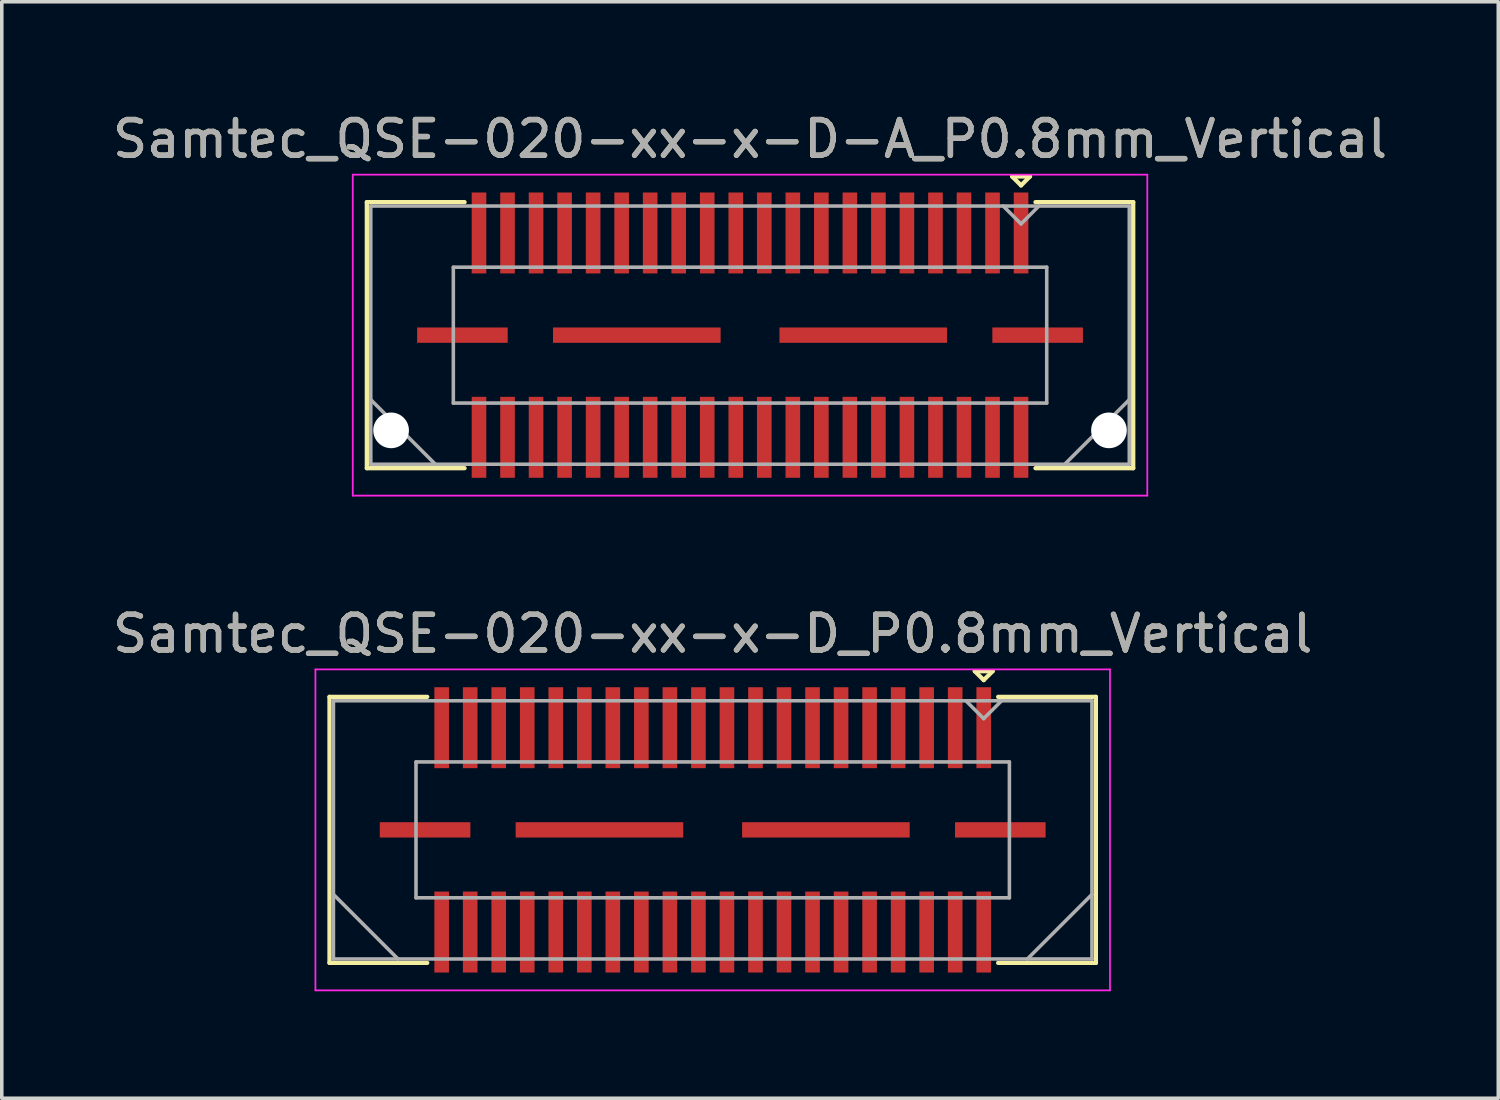
<source format=kicad_pcb>
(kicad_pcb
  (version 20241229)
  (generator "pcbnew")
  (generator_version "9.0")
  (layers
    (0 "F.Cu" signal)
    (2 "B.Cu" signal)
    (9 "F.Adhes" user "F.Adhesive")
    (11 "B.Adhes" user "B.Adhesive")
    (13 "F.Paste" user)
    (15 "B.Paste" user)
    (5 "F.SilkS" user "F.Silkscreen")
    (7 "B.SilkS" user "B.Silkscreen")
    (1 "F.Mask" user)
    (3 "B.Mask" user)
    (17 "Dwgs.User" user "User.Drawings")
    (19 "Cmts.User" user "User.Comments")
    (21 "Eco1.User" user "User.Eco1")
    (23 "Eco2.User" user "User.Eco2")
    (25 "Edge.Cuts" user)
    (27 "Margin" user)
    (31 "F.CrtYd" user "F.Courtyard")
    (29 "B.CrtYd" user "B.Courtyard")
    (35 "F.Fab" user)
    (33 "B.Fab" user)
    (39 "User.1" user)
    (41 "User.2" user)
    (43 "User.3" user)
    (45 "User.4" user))
  (footprint "Samtec_QSE-020-xx-x-D-A_P0.8mm_Vertical"
    (layer "F.Cu")
    (at 17.982 6.348)
    (property "Reference" "Samtec_QSE-020-xx-x-D-A_P0.8mm_Vertical" (at 0 -5.5 0) (layer "F.SilkS") (effects (font (size 1 1) (thickness 0.15))))
    (attr smd)
    (fp_line (start -10.745 -3.73) (end -8.005 -3.73) (stroke (width 0.12) (type solid)) (layer "F.SilkS"))
    (fp_line (start -10.745 3.73) (end -10.745 -3.73) (stroke (width 0.12) (type solid)) (layer "F.SilkS"))
    (fp_line (start -8.005 3.73) (end -10.745 3.73) (stroke (width 0.12) (type solid)) (layer "F.SilkS"))
    (fp_line (start 7.35 -4.45) (end 7.85 -4.45) (stroke (width 0.12) (type solid)) (layer "F.SilkS"))
    (fp_line (start 7.6 -4.2) (end 7.35 -4.45) (stroke (width 0.12) (type solid)) (layer "F.SilkS"))
    (fp_line (start 7.85 -4.45) (end 7.6 -4.2) (stroke (width 0.12) (type solid)) (layer "F.SilkS"))
    (fp_line (start 8.005 3.73) (end 10.745 3.73) (stroke (width 0.12) (type solid)) (layer "F.SilkS"))
    (fp_line (start 10.745 -3.73) (end 8.005 -3.73) (stroke (width 0.12) (type solid)) (layer "F.SilkS"))
    (fp_line (start 10.745 3.73) (end 10.745 -3.73) (stroke (width 0.12) (type solid)) (layer "F.SilkS"))
    (fp_line (start -11.14 -4.5) (end -11.14 4.5) (stroke (width 0.05) (type solid)) (layer "F.CrtYd"))
    (fp_line (start -11.14 4.5) (end 11.14 4.5) (stroke (width 0.05) (type solid)) (layer "F.CrtYd"))
    (fp_line (start 11.14 -4.5) (end -11.14 -4.5) (stroke (width 0.05) (type solid)) (layer "F.CrtYd"))
    (fp_line (start 11.14 4.5) (end 11.14 -4.5) (stroke (width 0.05) (type solid)) (layer "F.CrtYd"))
    (fp_line (start -10.635 -3.62) (end -10.635 3.62) (stroke (width 0.1) (type solid)) (layer "F.Fab"))
    (fp_line (start -10.635 1.81) (end -8.825 3.62) (stroke (width 0.1) (type solid)) (layer "F.Fab"))
    (fp_line (start -10.635 3.62) (end 10.635 3.62) (stroke (width 0.1) (type solid)) (layer "F.Fab"))
    (fp_line (start -8.32 -1.905) (end -8.32 1.905) (stroke (width 0.1) (type solid)) (layer "F.Fab"))
    (fp_line (start -8.32 1.905) (end 8.32 1.905) (stroke (width 0.1) (type solid)) (layer "F.Fab"))
    (fp_line (start 7.6 -3.12) (end 7.1 -3.62) (stroke (width 0.1) (type solid)) (layer "F.Fab"))
    (fp_line (start 8.1 -3.62) (end 7.6 -3.12) (stroke (width 0.1) (type solid)) (layer "F.Fab"))
    (fp_line (start 8.32 -1.905) (end -8.32 -1.905) (stroke (width 0.1) (type solid)) (layer "F.Fab"))
    (fp_line (start 8.32 1.905) (end 8.32 -1.905) (stroke (width 0.1) (type solid)) (layer "F.Fab"))
    (fp_line (start 10.635 -3.62) (end -10.635 -3.62) (stroke (width 0.1) (type solid)) (layer "F.Fab"))
    (fp_line (start 10.635 1.81) (end 8.825 3.62) (stroke (width 0.1) (type solid)) (layer "F.Fab"))
    (fp_line (start 10.635 3.62) (end 10.635 -3.62) (stroke (width 0.1) (type solid)) (layer "F.Fab"))
    (fp_text user "${REFERENCE}" (at 0 -5.5 0) (layer "F.Fab") (effects (font (size 1 1) (thickness 0.15))))
    (pad "" np_thru_hole circle (at -10.065 2.67) (size 1 1) (drill 1) (layers "*.Cu" "*.Mask"))
    (pad "" np_thru_hole circle (at 10.065 2.67) (size 1 1) (drill 1) (layers "*.Cu" "*.Mask"))
    (pad "1" smd rect (at 7.6 -2.865) (size 0.41 2.27) (layers "F.Cu" "F.Mask" "F.Paste"))
    (pad "2" smd rect (at 7.6 2.865) (size 0.41 2.27) (layers "F.Cu" "F.Mask" "F.Paste"))
    (pad "3" smd rect (at 6.8 -2.865) (size 0.41 2.27) (layers "F.Cu" "F.Mask" "F.Paste"))
    (pad "4" smd rect (at 6.8 2.865) (size 0.41 2.27) (layers "F.Cu" "F.Mask" "F.Paste"))
    (pad "5" smd rect (at 6 -2.865) (size 0.41 2.27) (layers "F.Cu" "F.Mask" "F.Paste"))
    (pad "6" smd rect (at 6 2.865) (size 0.41 2.27) (layers "F.Cu" "F.Mask" "F.Paste"))
    (pad "7" smd rect (at 5.2 -2.865) (size 0.41 2.27) (layers "F.Cu" "F.Mask" "F.Paste"))
    (pad "8" smd rect (at 5.2 2.865) (size 0.41 2.27) (layers "F.Cu" "F.Mask" "F.Paste"))
    (pad "9" smd rect (at 4.4 -2.865) (size 0.41 2.27) (layers "F.Cu" "F.Mask" "F.Paste"))
    (pad "10" smd rect (at 4.4 2.865) (size 0.41 2.27) (layers "F.Cu" "F.Mask" "F.Paste"))
    (pad "11" smd rect (at 3.6 -2.865) (size 0.41 2.27) (layers "F.Cu" "F.Mask" "F.Paste"))
    (pad "12" smd rect (at 3.6 2.865) (size 0.41 2.27) (layers "F.Cu" "F.Mask" "F.Paste"))
    (pad "13" smd rect (at 2.8 -2.865) (size 0.41 2.27) (layers "F.Cu" "F.Mask" "F.Paste"))
    (pad "14" smd rect (at 2.8 2.865) (size 0.41 2.27) (layers "F.Cu" "F.Mask" "F.Paste"))
    (pad "15" smd rect (at 2 -2.865) (size 0.41 2.27) (layers "F.Cu" "F.Mask" "F.Paste"))
    (pad "16" smd rect (at 2 2.865) (size 0.41 2.27) (layers "F.Cu" "F.Mask" "F.Paste"))
    (pad "17" smd rect (at 1.2 -2.865) (size 0.41 2.27) (layers "F.Cu" "F.Mask" "F.Paste"))
    (pad "18" smd rect (at 1.2 2.865) (size 0.41 2.27) (layers "F.Cu" "F.Mask" "F.Paste"))
    (pad "19" smd rect (at 0.4 -2.865) (size 0.41 2.27) (layers "F.Cu" "F.Mask" "F.Paste"))
    (pad "20" smd rect (at 0.4 2.865) (size 0.41 2.27) (layers "F.Cu" "F.Mask" "F.Paste"))
    (pad "21" smd rect (at -0.4 -2.865) (size 0.41 2.27) (layers "F.Cu" "F.Mask" "F.Paste"))
    (pad "22" smd rect (at -0.4 2.865) (size 0.41 2.27) (layers "F.Cu" "F.Mask" "F.Paste"))
    (pad "23" smd rect (at -1.2 -2.865) (size 0.41 2.27) (layers "F.Cu" "F.Mask" "F.Paste"))
    (pad "24" smd rect (at -1.2 2.865) (size 0.41 2.27) (layers "F.Cu" "F.Mask" "F.Paste"))
    (pad "25" smd rect (at -2 -2.865) (size 0.41 2.27) (layers "F.Cu" "F.Mask" "F.Paste"))
    (pad "26" smd rect (at -2 2.865) (size 0.41 2.27) (layers "F.Cu" "F.Mask" "F.Paste"))
    (pad "27" smd rect (at -2.8 -2.865) (size 0.41 2.27) (layers "F.Cu" "F.Mask" "F.Paste"))
    (pad "28" smd rect (at -2.8 2.865) (size 0.41 2.27) (layers "F.Cu" "F.Mask" "F.Paste"))
    (pad "29" smd rect (at -3.6 -2.865) (size 0.41 2.27) (layers "F.Cu" "F.Mask" "F.Paste"))
    (pad "30" smd rect (at -3.6 2.865) (size 0.41 2.27) (layers "F.Cu" "F.Mask" "F.Paste"))
    (pad "31" smd rect (at -4.4 -2.865) (size 0.41 2.27) (layers "F.Cu" "F.Mask" "F.Paste"))
    (pad "32" smd rect (at -4.4 2.865) (size 0.41 2.27) (layers "F.Cu" "F.Mask" "F.Paste"))
    (pad "33" smd rect (at -5.2 -2.865) (size 0.41 2.27) (layers "F.Cu" "F.Mask" "F.Paste"))
    (pad "34" smd rect (at -5.2 2.865) (size 0.41 2.27) (layers "F.Cu" "F.Mask" "F.Paste"))
    (pad "35" smd rect (at -6 -2.865) (size 0.41 2.27) (layers "F.Cu" "F.Mask" "F.Paste"))
    (pad "36" smd rect (at -6 2.865) (size 0.41 2.27) (layers "F.Cu" "F.Mask" "F.Paste"))
    (pad "37" smd rect (at -6.8 -2.865) (size 0.41 2.27) (layers "F.Cu" "F.Mask" "F.Paste"))
    (pad "38" smd rect (at -6.8 2.865) (size 0.41 2.27) (layers "F.Cu" "F.Mask" "F.Paste"))
    (pad "39" smd rect (at -7.6 -2.865) (size 0.41 2.27) (layers "F.Cu" "F.Mask" "F.Paste"))
    (pad "40" smd rect (at -7.6 2.865) (size 0.41 2.27) (layers "F.Cu" "F.Mask" "F.Paste"))
    (pad "P1" smd rect (at -8.065 0) (size 2.54 0.43) (layers "F.Cu" "F.Mask" "F.Paste"))
    (pad "P1" smd rect (at -3.175 0) (size 4.7 0.43) (layers "F.Cu" "F.Mask" "F.Paste"))
    (pad "P1" smd rect (at 3.175 0) (size 4.7 0.43) (layers "F.Cu" "F.Mask" "F.Paste"))
    (pad "P1" smd rect (at 8.065 0) (size 2.54 0.43) (layers "F.Cu" "F.Mask" "F.Paste")))
  (footprint "Samtec_QSE-020-xx-x-D_P0.8mm_Vertical"
    (layer "F.Cu")
    (at 16.935 20.221)
    (property "Reference" "Samtec_QSE-020-xx-x-D_P0.8mm_Vertical" (at 0 -5.5 0) (layer "F.SilkS") (effects (font (size 1 1) (thickness 0.15))))
    (attr smd)
    (fp_line (start -10.745 -3.73) (end -8.005 -3.73) (stroke (width 0.12) (type solid)) (layer "F.SilkS"))
    (fp_line (start -10.745 3.73) (end -10.745 -3.73) (stroke (width 0.12) (type solid)) (layer "F.SilkS"))
    (fp_line (start -8.005 3.73) (end -10.745 3.73) (stroke (width 0.12) (type solid)) (layer "F.SilkS"))
    (fp_line (start 7.35 -4.45) (end 7.85 -4.45) (stroke (width 0.12) (type solid)) (layer "F.SilkS"))
    (fp_line (start 7.6 -4.2) (end 7.35 -4.45) (stroke (width 0.12) (type solid)) (layer "F.SilkS"))
    (fp_line (start 7.85 -4.45) (end 7.6 -4.2) (stroke (width 0.12) (type solid)) (layer "F.SilkS"))
    (fp_line (start 8.005 3.73) (end 10.745 3.73) (stroke (width 0.12) (type solid)) (layer "F.SilkS"))
    (fp_line (start 10.745 -3.73) (end 8.005 -3.73) (stroke (width 0.12) (type solid)) (layer "F.SilkS"))
    (fp_line (start 10.745 3.73) (end 10.745 -3.73) (stroke (width 0.12) (type solid)) (layer "F.SilkS"))
    (fp_line (start -11.14 -4.5) (end -11.14 4.5) (stroke (width 0.05) (type solid)) (layer "F.CrtYd"))
    (fp_line (start -11.14 4.5) (end 11.14 4.5) (stroke (width 0.05) (type solid)) (layer "F.CrtYd"))
    (fp_line (start 11.14 -4.5) (end -11.14 -4.5) (stroke (width 0.05) (type solid)) (layer "F.CrtYd"))
    (fp_line (start 11.14 4.5) (end 11.14 -4.5) (stroke (width 0.05) (type solid)) (layer "F.CrtYd"))
    (fp_line (start -10.635 -3.62) (end -10.635 3.62) (stroke (width 0.1) (type solid)) (layer "F.Fab"))
    (fp_line (start -10.635 1.81) (end -8.825 3.62) (stroke (width 0.1) (type solid)) (layer "F.Fab"))
    (fp_line (start -10.635 3.62) (end 10.635 3.62) (stroke (width 0.1) (type solid)) (layer "F.Fab"))
    (fp_line (start -8.32 -1.905) (end -8.32 1.905) (stroke (width 0.1) (type solid)) (layer "F.Fab"))
    (fp_line (start -8.32 1.905) (end 8.32 1.905) (stroke (width 0.1) (type solid)) (layer "F.Fab"))
    (fp_line (start 7.6 -3.12) (end 7.1 -3.62) (stroke (width 0.1) (type solid)) (layer "F.Fab"))
    (fp_line (start 8.1 -3.62) (end 7.6 -3.12) (stroke (width 0.1) (type solid)) (layer "F.Fab"))
    (fp_line (start 8.32 -1.905) (end -8.32 -1.905) (stroke (width 0.1) (type solid)) (layer "F.Fab"))
    (fp_line (start 8.32 1.905) (end 8.32 -1.905) (stroke (width 0.1) (type solid)) (layer "F.Fab"))
    (fp_line (start 10.635 -3.62) (end -10.635 -3.62) (stroke (width 0.1) (type solid)) (layer "F.Fab"))
    (fp_line (start 10.635 1.81) (end 8.825 3.62) (stroke (width 0.1) (type solid)) (layer "F.Fab"))
    (fp_line (start 10.635 3.62) (end 10.635 -3.62) (stroke (width 0.1) (type solid)) (layer "F.Fab"))
    (fp_text user "${REFERENCE}" (at 0 -5.5 0) (layer "F.Fab") (effects (font (size 1 1) (thickness 0.15))))
    (pad "1" smd rect (at 7.6 -2.865) (size 0.41 2.27) (layers "F.Cu" "F.Mask" "F.Paste"))
    (pad "2" smd rect (at 7.6 2.865) (size 0.41 2.27) (layers "F.Cu" "F.Mask" "F.Paste"))
    (pad "3" smd rect (at 6.8 -2.865) (size 0.41 2.27) (layers "F.Cu" "F.Mask" "F.Paste"))
    (pad "4" smd rect (at 6.8 2.865) (size 0.41 2.27) (layers "F.Cu" "F.Mask" "F.Paste"))
    (pad "5" smd rect (at 6 -2.865) (size 0.41 2.27) (layers "F.Cu" "F.Mask" "F.Paste"))
    (pad "6" smd rect (at 6 2.865) (size 0.41 2.27) (layers "F.Cu" "F.Mask" "F.Paste"))
    (pad "7" smd rect (at 5.2 -2.865) (size 0.41 2.27) (layers "F.Cu" "F.Mask" "F.Paste"))
    (pad "8" smd rect (at 5.2 2.865) (size 0.41 2.27) (layers "F.Cu" "F.Mask" "F.Paste"))
    (pad "9" smd rect (at 4.4 -2.865) (size 0.41 2.27) (layers "F.Cu" "F.Mask" "F.Paste"))
    (pad "10" smd rect (at 4.4 2.865) (size 0.41 2.27) (layers "F.Cu" "F.Mask" "F.Paste"))
    (pad "11" smd rect (at 3.6 -2.865) (size 0.41 2.27) (layers "F.Cu" "F.Mask" "F.Paste"))
    (pad "12" smd rect (at 3.6 2.865) (size 0.41 2.27) (layers "F.Cu" "F.Mask" "F.Paste"))
    (pad "13" smd rect (at 2.8 -2.865) (size 0.41 2.27) (layers "F.Cu" "F.Mask" "F.Paste"))
    (pad "14" smd rect (at 2.8 2.865) (size 0.41 2.27) (layers "F.Cu" "F.Mask" "F.Paste"))
    (pad "15" smd rect (at 2 -2.865) (size 0.41 2.27) (layers "F.Cu" "F.Mask" "F.Paste"))
    (pad "16" smd rect (at 2 2.865) (size 0.41 2.27) (layers "F.Cu" "F.Mask" "F.Paste"))
    (pad "17" smd rect (at 1.2 -2.865) (size 0.41 2.27) (layers "F.Cu" "F.Mask" "F.Paste"))
    (pad "18" smd rect (at 1.2 2.865) (size 0.41 2.27) (layers "F.Cu" "F.Mask" "F.Paste"))
    (pad "19" smd rect (at 0.4 -2.865) (size 0.41 2.27) (layers "F.Cu" "F.Mask" "F.Paste"))
    (pad "20" smd rect (at 0.4 2.865) (size 0.41 2.27) (layers "F.Cu" "F.Mask" "F.Paste"))
    (pad "21" smd rect (at -0.4 -2.865) (size 0.41 2.27) (layers "F.Cu" "F.Mask" "F.Paste"))
    (pad "22" smd rect (at -0.4 2.865) (size 0.41 2.27) (layers "F.Cu" "F.Mask" "F.Paste"))
    (pad "23" smd rect (at -1.2 -2.865) (size 0.41 2.27) (layers "F.Cu" "F.Mask" "F.Paste"))
    (pad "24" smd rect (at -1.2 2.865) (size 0.41 2.27) (layers "F.Cu" "F.Mask" "F.Paste"))
    (pad "25" smd rect (at -2 -2.865) (size 0.41 2.27) (layers "F.Cu" "F.Mask" "F.Paste"))
    (pad "26" smd rect (at -2 2.865) (size 0.41 2.27) (layers "F.Cu" "F.Mask" "F.Paste"))
    (pad "27" smd rect (at -2.8 -2.865) (size 0.41 2.27) (layers "F.Cu" "F.Mask" "F.Paste"))
    (pad "28" smd rect (at -2.8 2.865) (size 0.41 2.27) (layers "F.Cu" "F.Mask" "F.Paste"))
    (pad "29" smd rect (at -3.6 -2.865) (size 0.41 2.27) (layers "F.Cu" "F.Mask" "F.Paste"))
    (pad "30" smd rect (at -3.6 2.865) (size 0.41 2.27) (layers "F.Cu" "F.Mask" "F.Paste"))
    (pad "31" smd rect (at -4.4 -2.865) (size 0.41 2.27) (layers "F.Cu" "F.Mask" "F.Paste"))
    (pad "32" smd rect (at -4.4 2.865) (size 0.41 2.27) (layers "F.Cu" "F.Mask" "F.Paste"))
    (pad "33" smd rect (at -5.2 -2.865) (size 0.41 2.27) (layers "F.Cu" "F.Mask" "F.Paste"))
    (pad "34" smd rect (at -5.2 2.865) (size 0.41 2.27) (layers "F.Cu" "F.Mask" "F.Paste"))
    (pad "35" smd rect (at -6 -2.865) (size 0.41 2.27) (layers "F.Cu" "F.Mask" "F.Paste"))
    (pad "36" smd rect (at -6 2.865) (size 0.41 2.27) (layers "F.Cu" "F.Mask" "F.Paste"))
    (pad "37" smd rect (at -6.8 -2.865) (size 0.41 2.27) (layers "F.Cu" "F.Mask" "F.Paste"))
    (pad "38" smd rect (at -6.8 2.865) (size 0.41 2.27) (layers "F.Cu" "F.Mask" "F.Paste"))
    (pad "39" smd rect (at -7.6 -2.865) (size 0.41 2.27) (layers "F.Cu" "F.Mask" "F.Paste"))
    (pad "40" smd rect (at -7.6 2.865) (size 0.41 2.27) (layers "F.Cu" "F.Mask" "F.Paste"))
    (pad "P1" smd rect (at -8.065 0) (size 2.54 0.43) (layers "F.Cu" "F.Mask" "F.Paste"))
    (pad "P1" smd rect (at -3.175 0) (size 4.7 0.43) (layers "F.Cu" "F.Mask" "F.Paste"))
    (pad "P1" smd rect (at 3.175 0) (size 4.7 0.43) (layers "F.Cu" "F.Mask" "F.Paste"))
    (pad "P1" smd rect (at 8.065 0) (size 2.54 0.43) (layers "F.Cu" "F.Mask" "F.Paste")))
  (gr_rect
    (start -3 -3)
    (end 38.964 27.747)
    (stroke (width 0.1) (type default))
    (fill no)
    (layer "Edge.Cuts")))
</source>
